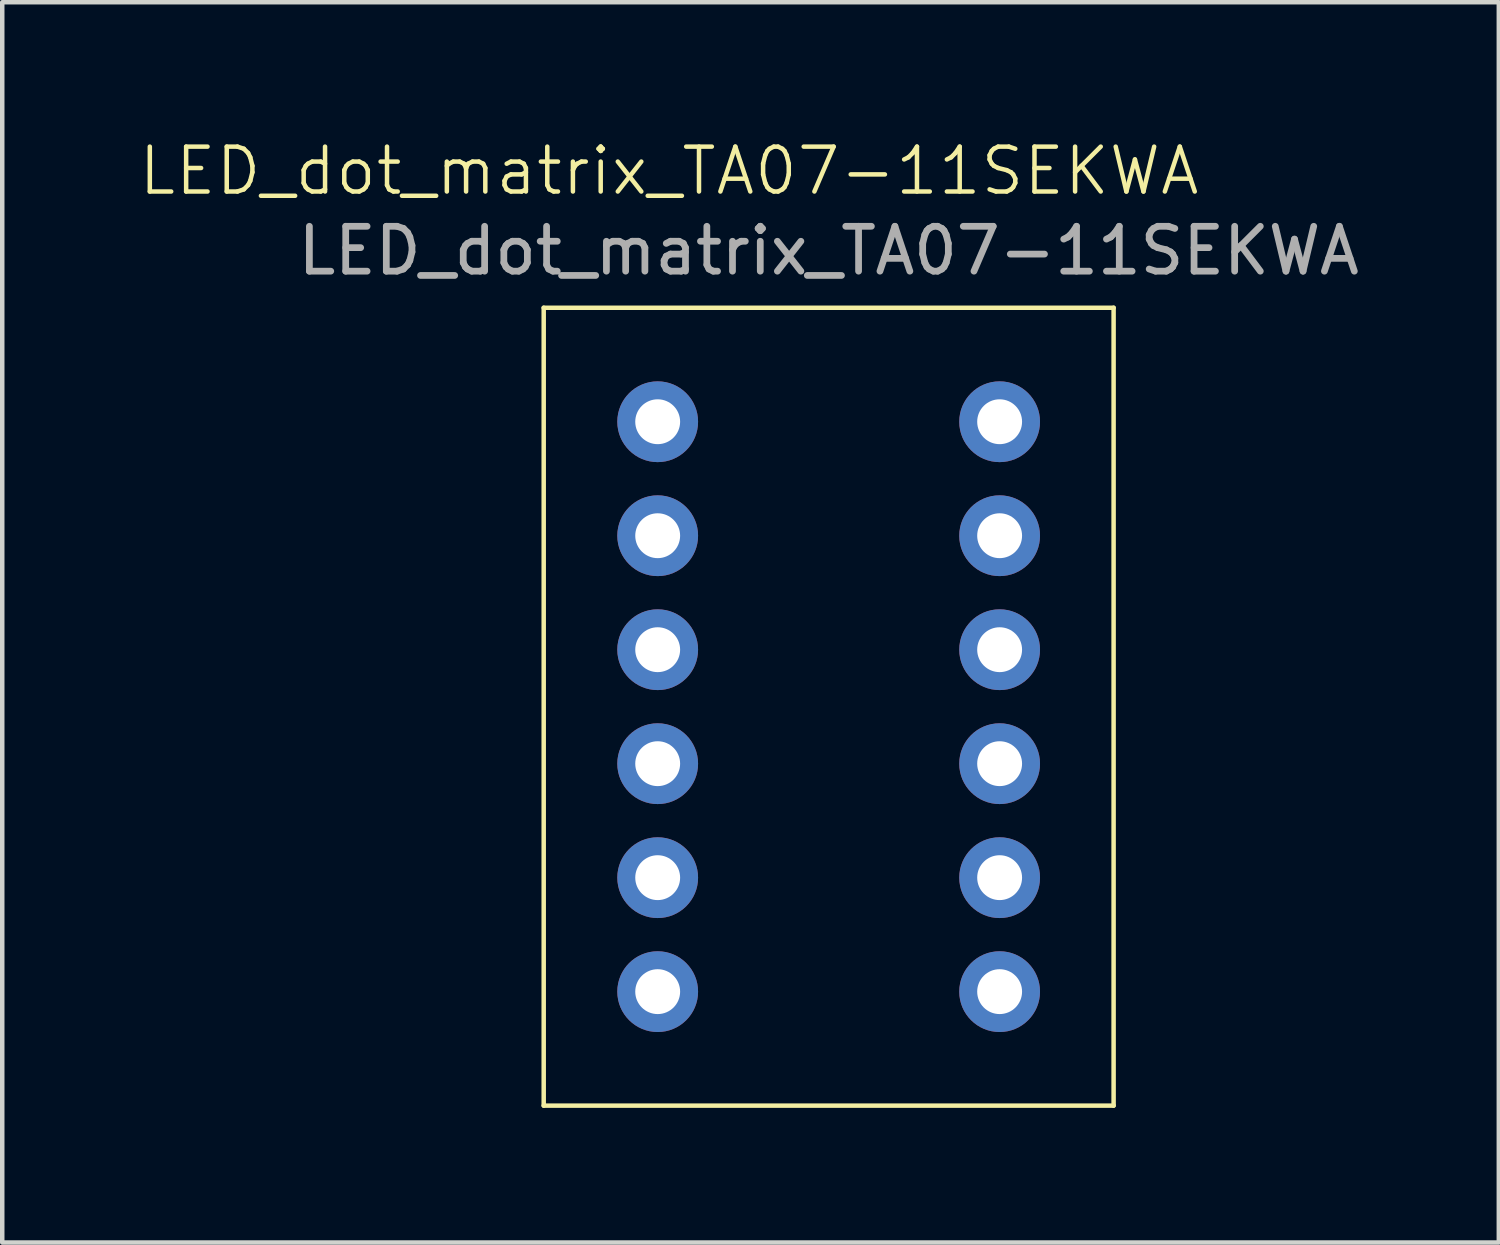
<source format=kicad_pcb>
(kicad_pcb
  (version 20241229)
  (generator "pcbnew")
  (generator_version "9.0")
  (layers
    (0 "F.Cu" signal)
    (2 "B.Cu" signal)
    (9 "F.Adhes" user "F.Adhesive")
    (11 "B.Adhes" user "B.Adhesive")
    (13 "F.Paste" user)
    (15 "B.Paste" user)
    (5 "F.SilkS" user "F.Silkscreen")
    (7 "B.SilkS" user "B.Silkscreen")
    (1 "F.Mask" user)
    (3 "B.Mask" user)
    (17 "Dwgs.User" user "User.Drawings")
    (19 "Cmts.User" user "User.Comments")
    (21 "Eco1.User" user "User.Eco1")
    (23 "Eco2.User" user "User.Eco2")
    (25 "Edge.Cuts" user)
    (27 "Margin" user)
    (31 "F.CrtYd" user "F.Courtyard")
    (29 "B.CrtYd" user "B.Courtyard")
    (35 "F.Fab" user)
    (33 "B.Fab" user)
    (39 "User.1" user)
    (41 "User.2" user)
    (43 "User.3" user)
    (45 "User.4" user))
  (footprint "LED_dot_matrix_TA07-11SEKWA"
    (layer "F.Cu")
    (at 11.606 6.348)
    (property "Reference" "LED_dot_matrix_TA07-11SEKWA" (at 0.254 -5.588 0) (unlocked yes) (layer "F.SilkS") (effects (font (size 1 1) (thickness 0.1))))
    (attr through_hole)
    (fp_line (start -2.54 -2.54) (end 10.16 -2.54) (stroke (width 0.1) (type default)) (layer "F.SilkS"))
    (fp_line (start -2.54 15.24) (end -2.54 -2.54) (stroke (width 0.1) (type default)) (layer "F.SilkS"))
    (fp_line (start 10.16 -2.54) (end 10.16 15.24) (stroke (width 0.1) (type default)) (layer "F.SilkS"))
    (fp_line (start 10.16 15.24) (end -2.54 15.24) (stroke (width 0.1) (type default)) (layer "F.SilkS"))
    (fp_text user "${REFERENCE}" (at 3.81 -3.81 0) (unlocked yes) (layer "F.Fab") (effects (font (size 1 1) (thickness 0.15))))
    (pad "1" thru_hole circle (at 0 0) (size 1.8 1.8) (drill 1) (layers "*.Cu" "*.Mask"))
    (pad "2" thru_hole circle (at 0 2.54) (size 1.8 1.8) (drill 1) (layers "*.Cu" "*.Mask"))
    (pad "3" thru_hole circle (at 0 5.08) (size 1.8 1.8) (drill 1) (layers "*.Cu" "*.Mask"))
    (pad "4" thru_hole circle (at 0 7.62) (size 1.8 1.8) (drill 1) (layers "*.Cu" "*.Mask"))
    (pad "5" thru_hole circle (at 0 10.16) (size 1.8 1.8) (drill 1) (layers "*.Cu" "*.Mask"))
    (pad "6" thru_hole circle (at 0 12.7) (size 1.8 1.8) (drill 1) (layers "*.Cu" "*.Mask"))
    (pad "7" thru_hole circle (at 7.62 12.7) (size 1.8 1.8) (drill 1) (layers "*.Cu" "*.Mask"))
    (pad "8" thru_hole circle (at 7.62 10.16) (size 1.8 1.8) (drill 1) (layers "*.Cu" "*.Mask"))
    (pad "9" thru_hole circle (at 7.62 7.62) (size 1.8 1.8) (drill 1) (layers "*.Cu" "*.Mask"))
    (pad "10" thru_hole circle (at 7.62 5.08) (size 1.8 1.8) (drill 1) (layers "*.Cu" "*.Mask"))
    (pad "11" thru_hole circle (at 7.62 2.54) (size 1.8 1.8) (drill 1) (layers "*.Cu" "*.Mask"))
    (pad "12" thru_hole circle (at 7.62 0) (size 1.8 1.8) (drill 1) (layers "*.Cu" "*.Mask")))
  (gr_rect
    (start -3 -3)
    (end 30.35 24.639)
    (stroke (width 0.1) (type default))
    (fill no)
    (layer "Edge.Cuts")))
</source>
